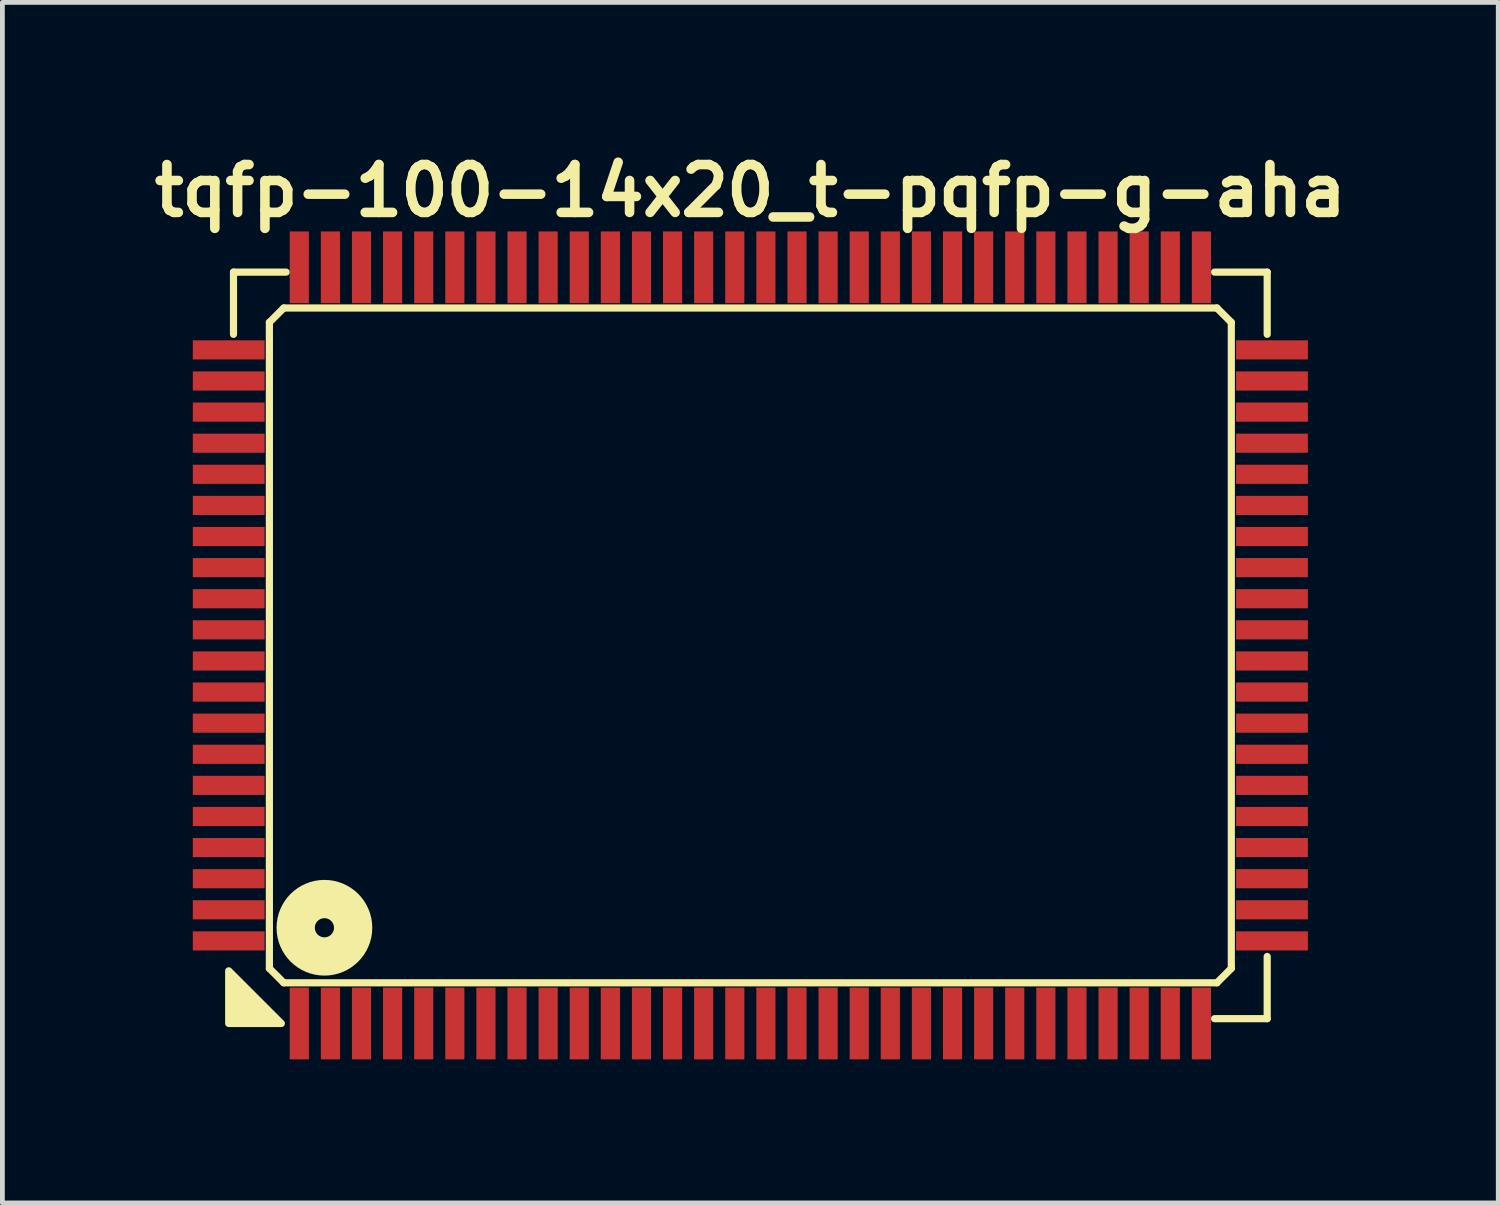
<source format=kicad_pcb>
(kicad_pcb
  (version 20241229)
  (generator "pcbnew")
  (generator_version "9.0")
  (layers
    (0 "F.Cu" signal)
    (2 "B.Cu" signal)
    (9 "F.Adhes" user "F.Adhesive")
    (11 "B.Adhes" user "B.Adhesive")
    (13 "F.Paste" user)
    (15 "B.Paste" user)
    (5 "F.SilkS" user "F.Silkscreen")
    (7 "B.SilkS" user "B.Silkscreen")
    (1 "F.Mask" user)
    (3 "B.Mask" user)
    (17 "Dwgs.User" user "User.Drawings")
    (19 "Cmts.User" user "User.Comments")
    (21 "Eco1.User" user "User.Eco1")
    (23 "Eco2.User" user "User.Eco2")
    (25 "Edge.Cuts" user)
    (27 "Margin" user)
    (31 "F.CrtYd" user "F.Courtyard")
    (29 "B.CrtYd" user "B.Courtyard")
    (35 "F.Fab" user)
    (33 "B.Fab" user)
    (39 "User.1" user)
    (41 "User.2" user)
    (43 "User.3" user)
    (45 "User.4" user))
  (footprint "tqfp-100-14x20_t-pqfp-g-aha"
    (layer "F.Cu")
    (at 12.629 10.436)
    (property "Reference" "tqfp-100-14x20_t-pqfp-g-aha" (at 0 -9.5 0) (layer "F.SilkS") (effects (font (size 1 1) (thickness 0.2))))
    (attr smd)
    (fp_line (start -10.8 -7.8) (end -9.7 -7.8) (stroke (width 0.15) (type solid)) (layer "F.SilkS"))
    (fp_line (start -10.8 -6.5) (end -10.8 -7.8) (stroke (width 0.15) (type solid)) (layer "F.SilkS"))
    (fp_line (start -10.05 -6.75) (end -9.75 -7.05) (stroke (width 0.15) (type solid)) (layer "F.SilkS"))
    (fp_line (start -10.05 6.75) (end -10.05 -6.75) (stroke (width 0.15) (type solid)) (layer "F.SilkS"))
    (fp_line (start -9.75 -7.05) (end 9.75 -7.05) (stroke (width 0.15) (type solid)) (layer "F.SilkS"))
    (fp_line (start -9.75 7.05) (end -10.05 6.75) (stroke (width 0.15) (type solid)) (layer "F.SilkS"))
    (fp_line (start 9.7 -7.8) (end 10.8 -7.8) (stroke (width 0.15) (type solid)) (layer "F.SilkS"))
    (fp_line (start 9.75 -7.05) (end 10.05 -6.75) (stroke (width 0.15) (type solid)) (layer "F.SilkS"))
    (fp_line (start 9.75 7.05) (end -9.75 7.05) (stroke (width 0.15) (type solid)) (layer "F.SilkS"))
    (fp_line (start 10.05 -6.75) (end 10.05 6.75) (stroke (width 0.15) (type solid)) (layer "F.SilkS"))
    (fp_line (start 10.05 6.75) (end 9.75 7.05) (stroke (width 0.15) (type solid)) (layer "F.SilkS"))
    (fp_line (start 10.8 -7.8) (end 10.8 -6.5) (stroke (width 0.15) (type solid)) (layer "F.SilkS"))
    (fp_line (start 10.8 6.5) (end 10.8 7.8) (stroke (width 0.15) (type solid)) (layer "F.SilkS"))
    (fp_line (start 10.8 7.8) (end 9.7 7.8) (stroke (width 0.15) (type solid)) (layer "F.SilkS"))
    (fp_circle (center -8.9 5.9) (end -8.7 5.9) (stroke (width 0.8) (type solid)) (fill no) (layer "F.SilkS"))
    (fp_poly (pts (xy -9.8 7.9) (xy -10.9 7.9) (xy -10.9 6.8)) (stroke (width 0.15) (type solid)) (fill yes) (layer "F.SilkS"))
    (pad "1" smd rect (at -9.425 7.9) (size 0.4 1.5) (layers "F.Cu" "F.Mask" "F.Paste"))
    (pad "2" smd rect (at -8.775 7.9) (size 0.4 1.5) (layers "F.Cu" "F.Mask" "F.Paste"))
    (pad "3" smd rect (at -8.125 7.9) (size 0.4 1.5) (layers "F.Cu" "F.Mask" "F.Paste"))
    (pad "4" smd rect (at -7.475 7.9) (size 0.4 1.5) (layers "F.Cu" "F.Mask" "F.Paste"))
    (pad "5" smd rect (at -6.825 7.9) (size 0.4 1.5) (layers "F.Cu" "F.Mask" "F.Paste"))
    (pad "6" smd rect (at -6.175 7.9) (size 0.4 1.5) (layers "F.Cu" "F.Mask" "F.Paste"))
    (pad "7" smd rect (at -5.525 7.9) (size 0.4 1.5) (layers "F.Cu" "F.Mask" "F.Paste"))
    (pad "8" smd rect (at -4.875 7.9) (size 0.4 1.5) (layers "F.Cu" "F.Mask" "F.Paste"))
    (pad "9" smd rect (at -4.225 7.9) (size 0.4 1.5) (layers "F.Cu" "F.Mask" "F.Paste"))
    (pad "10" smd rect (at -3.575 7.9) (size 0.4 1.5) (layers "F.Cu" "F.Mask" "F.Paste"))
    (pad "11" smd rect (at -2.925 7.9) (size 0.4 1.5) (layers "F.Cu" "F.Mask" "F.Paste"))
    (pad "12" smd rect (at -2.275 7.9) (size 0.4 1.5) (layers "F.Cu" "F.Mask" "F.Paste"))
    (pad "13" smd rect (at -1.625 7.9) (size 0.4 1.5) (layers "F.Cu" "F.Mask" "F.Paste"))
    (pad "14" smd rect (at -0.975 7.9) (size 0.4 1.5) (layers "F.Cu" "F.Mask" "F.Paste"))
    (pad "15" smd rect (at -0.325 7.9) (size 0.4 1.5) (layers "F.Cu" "F.Mask" "F.Paste"))
    (pad "16" smd rect (at 0.325 7.9) (size 0.4 1.5) (layers "F.Cu" "F.Mask" "F.Paste"))
    (pad "17" smd rect (at 0.975 7.9) (size 0.4 1.5) (layers "F.Cu" "F.Mask" "F.Paste"))
    (pad "18" smd rect (at 1.625 7.9) (size 0.4 1.5) (layers "F.Cu" "F.Mask" "F.Paste"))
    (pad "19" smd rect (at 2.275 7.9) (size 0.4 1.5) (layers "F.Cu" "F.Mask" "F.Paste"))
    (pad "20" smd rect (at 2.925 7.9) (size 0.4 1.5) (layers "F.Cu" "F.Mask" "F.Paste"))
    (pad "21" smd rect (at 3.575 7.9) (size 0.4 1.5) (layers "F.Cu" "F.Mask" "F.Paste"))
    (pad "22" smd rect (at 4.225 7.9) (size 0.4 1.5) (layers "F.Cu" "F.Mask" "F.Paste"))
    (pad "23" smd rect (at 4.875 7.9) (size 0.4 1.5) (layers "F.Cu" "F.Mask" "F.Paste"))
    (pad "24" smd rect (at 5.525 7.9) (size 0.4 1.5) (layers "F.Cu" "F.Mask" "F.Paste"))
    (pad "25" smd rect (at 6.175 7.9) (size 0.4 1.5) (layers "F.Cu" "F.Mask" "F.Paste"))
    (pad "26" smd rect (at 6.825 7.9) (size 0.4 1.5) (layers "F.Cu" "F.Mask" "F.Paste"))
    (pad "27" smd rect (at 7.475 7.9) (size 0.4 1.5) (layers "F.Cu" "F.Mask" "F.Paste"))
    (pad "28" smd rect (at 8.125 7.9) (size 0.4 1.5) (layers "F.Cu" "F.Mask" "F.Paste"))
    (pad "29" smd rect (at 8.775 7.9) (size 0.4 1.5) (layers "F.Cu" "F.Mask" "F.Paste"))
    (pad "30" smd rect (at 9.425 7.9) (size 0.4 1.5) (layers "F.Cu" "F.Mask" "F.Paste"))
    (pad "31" smd rect (at 10.9 6.175) (size 1.5 0.4) (layers "F.Cu" "F.Mask" "F.Paste"))
    (pad "32" smd rect (at 10.9 5.525) (size 1.5 0.4) (layers "F.Cu" "F.Mask" "F.Paste"))
    (pad "33" smd rect (at 10.9 4.875) (size 1.5 0.4) (layers "F.Cu" "F.Mask" "F.Paste"))
    (pad "34" smd rect (at 10.9 4.225) (size 1.5 0.4) (layers "F.Cu" "F.Mask" "F.Paste"))
    (pad "35" smd rect (at 10.9 3.575) (size 1.5 0.4) (layers "F.Cu" "F.Mask" "F.Paste"))
    (pad "36" smd rect (at 10.9 2.925) (size 1.5 0.4) (layers "F.Cu" "F.Mask" "F.Paste"))
    (pad "37" smd rect (at 10.9 2.275) (size 1.5 0.4) (layers "F.Cu" "F.Mask" "F.Paste"))
    (pad "38" smd rect (at 10.9 1.625) (size 1.5 0.4) (layers "F.Cu" "F.Mask" "F.Paste"))
    (pad "39" smd rect (at 10.9 0.975) (size 1.5 0.4) (layers "F.Cu" "F.Mask" "F.Paste"))
    (pad "40" smd rect (at 10.9 0.325) (size 1.5 0.4) (layers "F.Cu" "F.Mask" "F.Paste"))
    (pad "41" smd rect (at 10.9 -0.325) (size 1.5 0.4) (layers "F.Cu" "F.Mask" "F.Paste"))
    (pad "42" smd rect (at 10.9 -0.975) (size 1.5 0.4) (layers "F.Cu" "F.Mask" "F.Paste"))
    (pad "43" smd rect (at 10.9 -1.625) (size 1.5 0.4) (layers "F.Cu" "F.Mask" "F.Paste"))
    (pad "44" smd rect (at 10.9 -2.275) (size 1.5 0.4) (layers "F.Cu" "F.Mask" "F.Paste"))
    (pad "45" smd rect (at 10.9 -2.925) (size 1.5 0.4) (layers "F.Cu" "F.Mask" "F.Paste"))
    (pad "46" smd rect (at 10.9 -3.575) (size 1.5 0.4) (layers "F.Cu" "F.Mask" "F.Paste"))
    (pad "47" smd rect (at 10.9 -4.225) (size 1.5 0.4) (layers "F.Cu" "F.Mask" "F.Paste"))
    (pad "48" smd rect (at 10.9 -4.875) (size 1.5 0.4) (layers "F.Cu" "F.Mask" "F.Paste"))
    (pad "49" smd rect (at 10.9 -5.525) (size 1.5 0.4) (layers "F.Cu" "F.Mask" "F.Paste"))
    (pad "50" smd rect (at 10.9 -6.175) (size 1.5 0.4) (layers "F.Cu" "F.Mask" "F.Paste"))
    (pad "51" smd rect (at 9.425 -7.9) (size 0.4 1.5) (layers "F.Cu" "F.Mask" "F.Paste"))
    (pad "52" smd rect (at 8.775 -7.9) (size 0.4 1.5) (layers "F.Cu" "F.Mask" "F.Paste"))
    (pad "53" smd rect (at 8.125 -7.9) (size 0.4 1.5) (layers "F.Cu" "F.Mask" "F.Paste"))
    (pad "54" smd rect (at 7.475 -7.9) (size 0.4 1.5) (layers "F.Cu" "F.Mask" "F.Paste"))
    (pad "55" smd rect (at 6.825 -7.9) (size 0.4 1.5) (layers "F.Cu" "F.Mask" "F.Paste"))
    (pad "56" smd rect (at 6.175 -7.9) (size 0.4 1.5) (layers "F.Cu" "F.Mask" "F.Paste"))
    (pad "57" smd rect (at 5.525 -7.9) (size 0.4 1.5) (layers "F.Cu" "F.Mask" "F.Paste"))
    (pad "58" smd rect (at 4.875 -7.9) (size 0.4 1.5) (layers "F.Cu" "F.Mask" "F.Paste"))
    (pad "59" smd rect (at 4.225 -7.9) (size 0.4 1.5) (layers "F.Cu" "F.Mask" "F.Paste"))
    (pad "60" smd rect (at 3.575 -7.9) (size 0.4 1.5) (layers "F.Cu" "F.Mask" "F.Paste"))
    (pad "61" smd rect (at 2.925 -7.9) (size 0.4 1.5) (layers "F.Cu" "F.Mask" "F.Paste"))
    (pad "62" smd rect (at 2.275 -7.9) (size 0.4 1.5) (layers "F.Cu" "F.Mask" "F.Paste"))
    (pad "63" smd rect (at 1.625 -7.9) (size 0.4 1.5) (layers "F.Cu" "F.Mask" "F.Paste"))
    (pad "64" smd rect (at 0.975 -7.9) (size 0.4 1.5) (layers "F.Cu" "F.Mask" "F.Paste"))
    (pad "65" smd rect (at 0.325 -7.9) (size 0.4 1.5) (layers "F.Cu" "F.Mask" "F.Paste"))
    (pad "66" smd rect (at -0.325 -7.9) (size 0.4 1.5) (layers "F.Cu" "F.Mask" "F.Paste"))
    (pad "67" smd rect (at -0.975 -7.9) (size 0.4 1.5) (layers "F.Cu" "F.Mask" "F.Paste"))
    (pad "68" smd rect (at -1.625 -7.9) (size 0.4 1.5) (layers "F.Cu" "F.Mask" "F.Paste"))
    (pad "69" smd rect (at -2.275 -7.9) (size 0.4 1.5) (layers "F.Cu" "F.Mask" "F.Paste"))
    (pad "70" smd rect (at -2.925 -7.9) (size 0.4 1.5) (layers "F.Cu" "F.Mask" "F.Paste"))
    (pad "71" smd rect (at -3.575 -7.9) (size 0.4 1.5) (layers "F.Cu" "F.Mask" "F.Paste"))
    (pad "72" smd rect (at -4.225 -7.9) (size 0.4 1.5) (layers "F.Cu" "F.Mask" "F.Paste"))
    (pad "73" smd rect (at -4.875 -7.9) (size 0.4 1.5) (layers "F.Cu" "F.Mask" "F.Paste"))
    (pad "74" smd rect (at -5.525 -7.9) (size 0.4 1.5) (layers "F.Cu" "F.Mask" "F.Paste"))
    (pad "75" smd rect (at -6.175 -7.9) (size 0.4 1.5) (layers "F.Cu" "F.Mask" "F.Paste"))
    (pad "76" smd rect (at -6.825 -7.9) (size 0.4 1.5) (layers "F.Cu" "F.Mask" "F.Paste"))
    (pad "77" smd rect (at -7.475 -7.9) (size 0.4 1.5) (layers "F.Cu" "F.Mask" "F.Paste"))
    (pad "78" smd rect (at -8.125 -7.9) (size 0.4 1.5) (layers "F.Cu" "F.Mask" "F.Paste"))
    (pad "79" smd rect (at -8.775 -7.9) (size 0.4 1.5) (layers "F.Cu" "F.Mask" "F.Paste"))
    (pad "80" smd rect (at -9.425 -7.9) (size 0.4 1.5) (layers "F.Cu" "F.Mask" "F.Paste"))
    (pad "81" smd rect (at -10.9 -6.175) (size 1.5 0.4) (layers "F.Cu" "F.Mask" "F.Paste"))
    (pad "82" smd rect (at -10.9 -5.525) (size 1.5 0.4) (layers "F.Cu" "F.Mask" "F.Paste"))
    (pad "83" smd rect (at -10.9 -4.875) (size 1.5 0.4) (layers "F.Cu" "F.Mask" "F.Paste"))
    (pad "84" smd rect (at -10.9 -4.225) (size 1.5 0.4) (layers "F.Cu" "F.Mask" "F.Paste"))
    (pad "85" smd rect (at -10.9 -3.575) (size 1.5 0.4) (layers "F.Cu" "F.Mask" "F.Paste"))
    (pad "86" smd rect (at -10.9 -2.925) (size 1.5 0.4) (layers "F.Cu" "F.Mask" "F.Paste"))
    (pad "87" smd rect (at -10.9 -2.275) (size 1.5 0.4) (layers "F.Cu" "F.Mask" "F.Paste"))
    (pad "88" smd rect (at -10.9 -1.625) (size 1.5 0.4) (layers "F.Cu" "F.Mask" "F.Paste"))
    (pad "89" smd rect (at -10.9 -0.975) (size 1.5 0.4) (layers "F.Cu" "F.Mask" "F.Paste"))
    (pad "90" smd rect (at -10.9 -0.325) (size 1.5 0.4) (layers "F.Cu" "F.Mask" "F.Paste"))
    (pad "91" smd rect (at -10.9 0.325) (size 1.5 0.4) (layers "F.Cu" "F.Mask" "F.Paste"))
    (pad "92" smd rect (at -10.9 0.975) (size 1.5 0.4) (layers "F.Cu" "F.Mask" "F.Paste"))
    (pad "93" smd rect (at -10.9 1.625) (size 1.5 0.4) (layers "F.Cu" "F.Mask" "F.Paste"))
    (pad "94" smd rect (at -10.9 2.275) (size 1.5 0.4) (layers "F.Cu" "F.Mask" "F.Paste"))
    (pad "95" smd rect (at -10.9 2.925) (size 1.5 0.4) (layers "F.Cu" "F.Mask" "F.Paste"))
    (pad "96" smd rect (at -10.9 3.575) (size 1.5 0.4) (layers "F.Cu" "F.Mask" "F.Paste"))
    (pad "97" smd rect (at -10.9 4.225) (size 1.5 0.4) (layers "F.Cu" "F.Mask" "F.Paste"))
    (pad "98" smd rect (at -10.9 4.875) (size 1.5 0.4) (layers "F.Cu" "F.Mask" "F.Paste"))
    (pad "99" smd rect (at -10.9 5.525) (size 1.5 0.4) (layers "F.Cu" "F.Mask" "F.Paste"))
    (pad "100" smd rect (at -10.9 6.175) (size 1.5 0.4) (layers "F.Cu" "F.Mask" "F.Paste")))
  (gr_rect
    (start -3 -3)
    (end 28.257 22.086)
    (stroke (width 0.1) (type default))
    (fill no)
    (layer "Edge.Cuts")))
</source>
